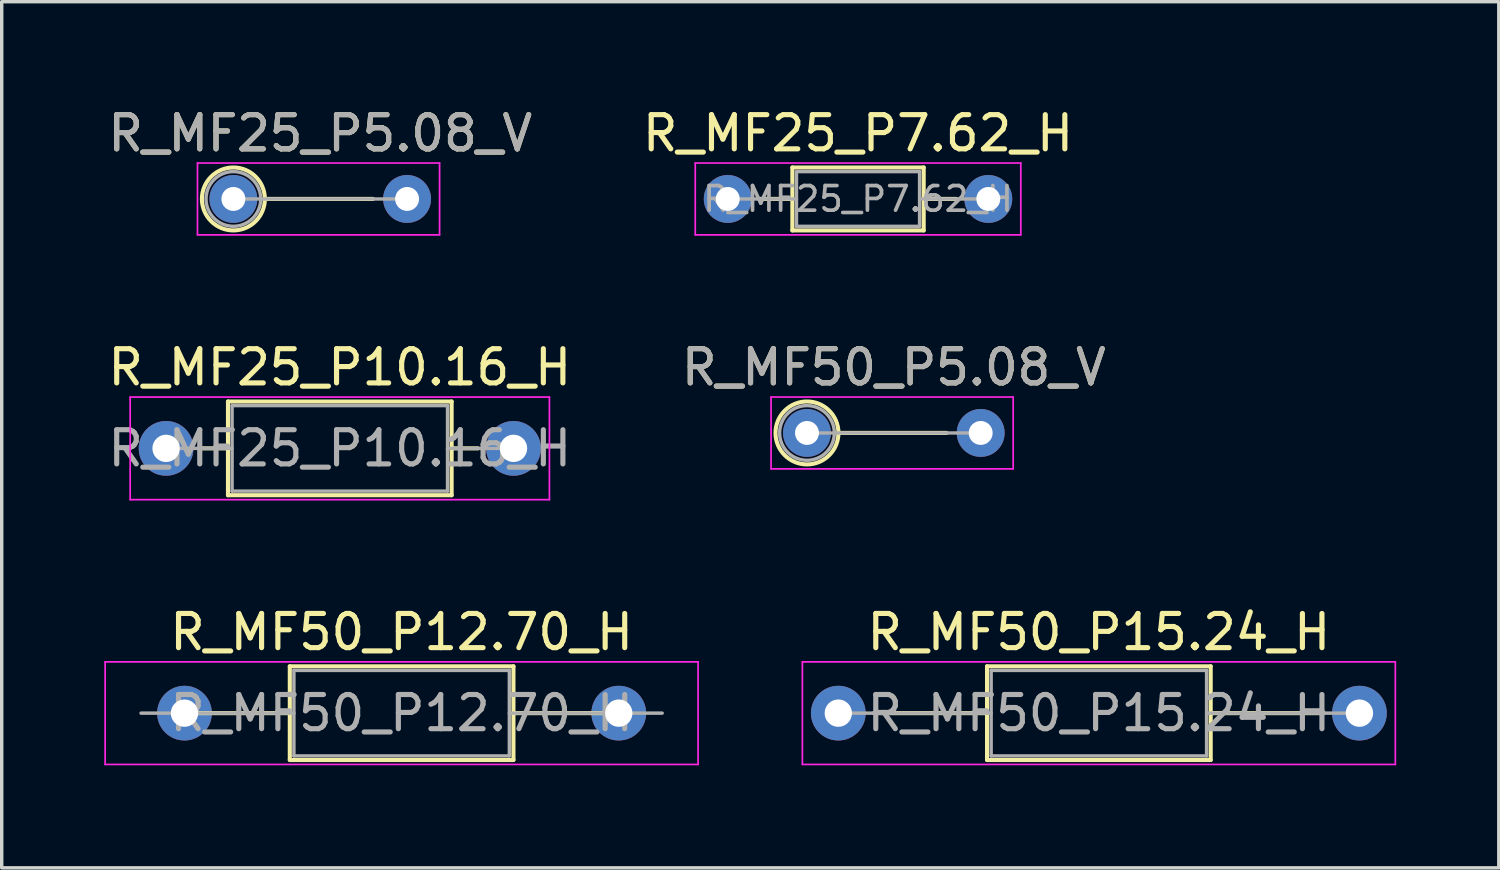
<source format=kicad_pcb>
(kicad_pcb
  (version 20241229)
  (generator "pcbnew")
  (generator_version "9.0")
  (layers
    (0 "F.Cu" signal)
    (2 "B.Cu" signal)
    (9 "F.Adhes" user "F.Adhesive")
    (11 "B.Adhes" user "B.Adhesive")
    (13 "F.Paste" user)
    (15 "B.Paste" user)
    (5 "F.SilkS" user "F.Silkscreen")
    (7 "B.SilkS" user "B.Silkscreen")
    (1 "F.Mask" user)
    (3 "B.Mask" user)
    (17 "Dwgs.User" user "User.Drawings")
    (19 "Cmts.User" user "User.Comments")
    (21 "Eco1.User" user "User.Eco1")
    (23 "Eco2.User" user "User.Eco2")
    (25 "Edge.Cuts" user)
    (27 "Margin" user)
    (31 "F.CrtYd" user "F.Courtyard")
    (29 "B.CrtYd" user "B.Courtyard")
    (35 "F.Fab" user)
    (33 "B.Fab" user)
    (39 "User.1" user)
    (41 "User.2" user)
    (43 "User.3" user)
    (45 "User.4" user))
  (footprint "R_MF50_P12.70_H"
    (layer "F.Cu")
    (at 8.695 17.805)
    (property "Reference" "R_MF50_P12.70_H" (at 0 -2.37 0) (layer "F.SilkS") (effects (font (size 1 1) (thickness 0.15))))
    (attr through_hole)
    (fp_line (start -6.58 0) (end -3.27 0) (stroke (width 0.12) (type solid)) (layer "F.SilkS"))
    (fp_line (start -3.27 -1.37) (end -3.27 1.37) (stroke (width 0.12) (type solid)) (layer "F.SilkS"))
    (fp_line (start -3.27 1.37) (end 3.27 1.37) (stroke (width 0.12) (type solid)) (layer "F.SilkS"))
    (fp_line (start 3.27 -1.37) (end -3.27 -1.37) (stroke (width 0.12) (type solid)) (layer "F.SilkS"))
    (fp_line (start 3.27 1.37) (end 3.27 -1.37) (stroke (width 0.12) (type solid)) (layer "F.SilkS"))
    (fp_line (start 6.58 0) (end 3.27 0) (stroke (width 0.12) (type solid)) (layer "F.SilkS"))
    (fp_line (start -8.67 -1.5) (end -8.67 1.5) (stroke (width 0.05) (type solid)) (layer "F.CrtYd"))
    (fp_line (start -8.67 1.5) (end 8.67 1.5) (stroke (width 0.05) (type solid)) (layer "F.CrtYd"))
    (fp_line (start 8.67 -1.5) (end -8.67 -1.5) (stroke (width 0.05) (type solid)) (layer "F.CrtYd"))
    (fp_line (start 8.67 1.5) (end 8.67 -1.5) (stroke (width 0.05) (type solid)) (layer "F.CrtYd"))
    (fp_line (start -7.62 0) (end -3.15 0) (stroke (width 0.1) (type solid)) (layer "F.Fab"))
    (fp_line (start -3.15 -1.25) (end -3.15 1.25) (stroke (width 0.1) (type solid)) (layer "F.Fab"))
    (fp_line (start -3.15 1.25) (end 3.15 1.25) (stroke (width 0.1) (type solid)) (layer "F.Fab"))
    (fp_line (start 3.15 -1.25) (end -3.15 -1.25) (stroke (width 0.1) (type solid)) (layer "F.Fab"))
    (fp_line (start 3.15 1.25) (end 3.15 -1.25) (stroke (width 0.1) (type solid)) (layer "F.Fab"))
    (fp_line (start 7.62 0) (end 3.15 0) (stroke (width 0.1) (type solid)) (layer "F.Fab"))
    (fp_text user "${REFERENCE}" (at 0 0 0) (layer "F.Fab") (effects (font (size 1 1) (thickness 0.15))))
    (pad "1" thru_hole circle (at -6.35 0) (size 1.6 1.6) (drill 0.8) (layers "*.Cu" "*.Mask"))
    (pad "2" thru_hole oval (at 6.35 0) (size 1.6 1.6) (drill 0.8) (layers "*.Cu" "*.Mask")))
  (footprint "R_MF50_P15.24_H"
    (layer "F.Cu")
    (at 29.085 17.805)
    (property "Reference" "R_MF50_P15.24_H" (at 0 -2.37 0) (layer "F.SilkS") (effects (font (size 1 1) (thickness 0.15))))
    (attr through_hole)
    (fp_line (start -6.58 0) (end -3.27 0) (stroke (width 0.12) (type solid)) (layer "F.SilkS"))
    (fp_line (start -3.27 -1.37) (end -3.27 1.37) (stroke (width 0.12) (type solid)) (layer "F.SilkS"))
    (fp_line (start -3.27 1.37) (end 3.27 1.37) (stroke (width 0.12) (type solid)) (layer "F.SilkS"))
    (fp_line (start 3.27 -1.37) (end -3.27 -1.37) (stroke (width 0.12) (type solid)) (layer "F.SilkS"))
    (fp_line (start 3.27 1.37) (end 3.27 -1.37) (stroke (width 0.12) (type solid)) (layer "F.SilkS"))
    (fp_line (start 6.58 0) (end 3.27 0) (stroke (width 0.12) (type solid)) (layer "F.SilkS"))
    (fp_line (start -8.67 -1.5) (end -8.67 1.5) (stroke (width 0.05) (type solid)) (layer "F.CrtYd"))
    (fp_line (start -8.67 1.5) (end 8.67 1.5) (stroke (width 0.05) (type solid)) (layer "F.CrtYd"))
    (fp_line (start 8.67 -1.5) (end -8.67 -1.5) (stroke (width 0.05) (type solid)) (layer "F.CrtYd"))
    (fp_line (start 8.67 1.5) (end 8.67 -1.5) (stroke (width 0.05) (type solid)) (layer "F.CrtYd"))
    (fp_line (start -7.62 0) (end -3.15 0) (stroke (width 0.1) (type solid)) (layer "F.Fab"))
    (fp_line (start -3.15 -1.25) (end -3.15 1.25) (stroke (width 0.1) (type solid)) (layer "F.Fab"))
    (fp_line (start -3.15 1.25) (end 3.15 1.25) (stroke (width 0.1) (type solid)) (layer "F.Fab"))
    (fp_line (start 3.15 -1.25) (end -3.15 -1.25) (stroke (width 0.1) (type solid)) (layer "F.Fab"))
    (fp_line (start 3.15 1.25) (end 3.15 -1.25) (stroke (width 0.1) (type solid)) (layer "F.Fab"))
    (fp_line (start 7.62 0) (end 3.15 0) (stroke (width 0.1) (type solid)) (layer "F.Fab"))
    (fp_text user "${REFERENCE}" (at 0 0 0) (layer "F.Fab") (effects (font (size 1 1) (thickness 0.15))))
    (pad "1" thru_hole circle (at -7.62 0) (size 1.6 1.6) (drill 0.8) (layers "*.Cu" "*.Mask"))
    (pad "2" thru_hole oval (at 7.62 0) (size 1.6 1.6) (drill 0.8) (layers "*.Cu" "*.Mask")))
  (footprint "R_MF25_P7.62_H"
    (layer "F.Cu")
    (at 22.042 2.768)
    (property "Reference" "R_MF25_P7.62_H" (at 0 -1.92 0) (layer "F.SilkS") (effects (font (size 1 1) (thickness 0.15))))
    (attr through_hole)
    (fp_line (start -2.87 0) (end -1.92 0) (stroke (width 0.12) (type solid)) (layer "F.SilkS"))
    (fp_line (start -1.92 -0.92) (end -1.92 0.92) (stroke (width 0.12) (type solid)) (layer "F.SilkS"))
    (fp_line (start -1.92 0.92) (end 1.92 0.92) (stroke (width 0.12) (type solid)) (layer "F.SilkS"))
    (fp_line (start 1.92 -0.92) (end -1.92 -0.92) (stroke (width 0.12) (type solid)) (layer "F.SilkS"))
    (fp_line (start 1.92 0.92) (end 1.92 -0.92) (stroke (width 0.12) (type solid)) (layer "F.SilkS"))
    (fp_line (start 2.87 0) (end 1.92 0) (stroke (width 0.12) (type solid)) (layer "F.SilkS"))
    (fp_line (start -4.76 -1.05) (end -4.76 1.05) (stroke (width 0.05) (type solid)) (layer "F.CrtYd"))
    (fp_line (start -4.76 1.05) (end 4.76 1.05) (stroke (width 0.05) (type solid)) (layer "F.CrtYd"))
    (fp_line (start 4.76 -1.05) (end -4.76 -1.05) (stroke (width 0.05) (type solid)) (layer "F.CrtYd"))
    (fp_line (start 4.76 1.05) (end 4.76 -1.05) (stroke (width 0.05) (type solid)) (layer "F.CrtYd"))
    (fp_line (start -3.81 0) (end -1.8 0) (stroke (width 0.1) (type solid)) (layer "F.Fab"))
    (fp_line (start -1.8 -0.8) (end -1.8 0.8) (stroke (width 0.1) (type solid)) (layer "F.Fab"))
    (fp_line (start -1.8 0.8) (end 1.8 0.8) (stroke (width 0.1) (type solid)) (layer "F.Fab"))
    (fp_line (start 1.8 -0.8) (end -1.8 -0.8) (stroke (width 0.1) (type solid)) (layer "F.Fab"))
    (fp_line (start 1.8 0.8) (end 1.8 -0.8) (stroke (width 0.1) (type solid)) (layer "F.Fab"))
    (fp_line (start 3.81 0) (end 1.8 0) (stroke (width 0.1) (type solid)) (layer "F.Fab"))
    (fp_text user "${REFERENCE}" (at 0 0 0) (layer "F.Fab") (effects (font (size 0.72 0.72) (thickness 0.108))))
    (pad "1" thru_hole circle (at -3.81 0) (size 1.4 1.4) (drill 0.7) (layers "*.Cu" "*.Mask"))
    (pad "2" thru_hole oval (at 3.81 0) (size 1.4 1.4) (drill 0.7) (layers "*.Cu" "*.Mask")))
  (footprint "R_MF25_P5.08_V"
    (layer "F.Cu")
    (at 6.315 2.768)
    (property "Reference" "R_MF25_P5.08_V" (at 0 -1.92 0) (layer "F.SilkS") (effects (font (size 1 1) (thickness 0.15))))
    (attr through_hole)
    (fp_line (start -1.62 0) (end 1.54 0) (stroke (width 0.12) (type solid)) (layer "F.SilkS"))
    (fp_circle (center -2.54 0) (end -1.62 0) (stroke (width 0.12) (type solid)) (fill no) (layer "F.SilkS"))
    (fp_line (start -3.59 -1.05) (end -3.59 1.05) (stroke (width 0.05) (type solid)) (layer "F.CrtYd"))
    (fp_line (start -3.59 1.05) (end 3.49 1.05) (stroke (width 0.05) (type solid)) (layer "F.CrtYd"))
    (fp_line (start 3.49 -1.05) (end -3.59 -1.05) (stroke (width 0.05) (type solid)) (layer "F.CrtYd"))
    (fp_line (start 3.49 1.05) (end 3.49 -1.05) (stroke (width 0.05) (type solid)) (layer "F.CrtYd"))
    (fp_line (start -2.54 0) (end 2.54 0) (stroke (width 0.1) (type solid)) (layer "F.Fab"))
    (fp_circle (center -2.54 0) (end -1.74 0) (stroke (width 0.1) (type solid)) (fill no) (layer "F.Fab"))
    (fp_text user "${REFERENCE}" (at 0 -1.92 0) (layer "F.Fab") (effects (font (size 1 1) (thickness 0.15))))
    (pad "1" thru_hole circle (at -2.54 0) (size 1.4 1.4) (drill 0.7) (layers "*.Cu" "*.Mask"))
    (pad "2" thru_hole oval (at 2.54 0) (size 1.4 1.4) (drill 0.7) (layers "*.Cu" "*.Mask")))
  (footprint "R_MF25_P10.16_H"
    (layer "F.Cu")
    (at 6.887 10.062)
    (property "Reference" "R_MF25_P10.16_H" (at 0 -2.37 0) (layer "F.SilkS") (effects (font (size 1 1) (thickness 0.15))))
    (attr through_hole)
    (fp_line (start -4.04 0) (end -3.27 0) (stroke (width 0.12) (type solid)) (layer "F.SilkS"))
    (fp_line (start -3.27 -1.37) (end -3.27 1.37) (stroke (width 0.12) (type solid)) (layer "F.SilkS"))
    (fp_line (start -3.27 1.37) (end 3.27 1.37) (stroke (width 0.12) (type solid)) (layer "F.SilkS"))
    (fp_line (start 3.27 -1.37) (end -3.27 -1.37) (stroke (width 0.12) (type solid)) (layer "F.SilkS"))
    (fp_line (start 3.27 1.37) (end 3.27 -1.37) (stroke (width 0.12) (type solid)) (layer "F.SilkS"))
    (fp_line (start 4.04 0) (end 3.27 0) (stroke (width 0.12) (type solid)) (layer "F.SilkS"))
    (fp_line (start -6.13 -1.5) (end -6.13 1.5) (stroke (width 0.05) (type solid)) (layer "F.CrtYd"))
    (fp_line (start -6.13 1.5) (end 6.13 1.5) (stroke (width 0.05) (type solid)) (layer "F.CrtYd"))
    (fp_line (start 6.13 -1.5) (end -6.13 -1.5) (stroke (width 0.05) (type solid)) (layer "F.CrtYd"))
    (fp_line (start 6.13 1.5) (end 6.13 -1.5) (stroke (width 0.05) (type solid)) (layer "F.CrtYd"))
    (fp_line (start -5.08 0) (end -3.15 0) (stroke (width 0.1) (type solid)) (layer "F.Fab"))
    (fp_line (start -3.15 -1.25) (end -3.15 1.25) (stroke (width 0.1) (type solid)) (layer "F.Fab"))
    (fp_line (start -3.15 1.25) (end 3.15 1.25) (stroke (width 0.1) (type solid)) (layer "F.Fab"))
    (fp_line (start 3.15 -1.25) (end -3.15 -1.25) (stroke (width 0.1) (type solid)) (layer "F.Fab"))
    (fp_line (start 3.15 1.25) (end 3.15 -1.25) (stroke (width 0.1) (type solid)) (layer "F.Fab"))
    (fp_line (start 5.08 0) (end 3.15 0) (stroke (width 0.1) (type solid)) (layer "F.Fab"))
    (fp_text user "${REFERENCE}" (at 0 0 0) (layer "F.Fab") (effects (font (size 1 1) (thickness 0.15))))
    (pad "1" thru_hole circle (at -5.08 0) (size 1.6 1.6) (drill 0.8) (layers "*.Cu" "*.Mask"))
    (pad "2" thru_hole oval (at 5.08 0) (size 1.6 1.6) (drill 0.8) (layers "*.Cu" "*.Mask")))
  (footprint "R_MF50_P5.08_V"
    (layer "F.Cu")
    (at 23.089 9.611)
    (property "Reference" "R_MF50_P5.08_V" (at 0 -1.92 0) (layer "F.SilkS") (effects (font (size 1 1) (thickness 0.15))))
    (attr through_hole)
    (fp_line (start -1.62 0) (end 1.54 0) (stroke (width 0.12) (type solid)) (layer "F.SilkS"))
    (fp_circle (center -2.54 0) (end -1.62 0) (stroke (width 0.12) (type solid)) (fill no) (layer "F.SilkS"))
    (fp_line (start -3.59 -1.05) (end -3.59 1.05) (stroke (width 0.05) (type solid)) (layer "F.CrtYd"))
    (fp_line (start -3.59 1.05) (end 3.49 1.05) (stroke (width 0.05) (type solid)) (layer "F.CrtYd"))
    (fp_line (start 3.49 -1.05) (end -3.59 -1.05) (stroke (width 0.05) (type solid)) (layer "F.CrtYd"))
    (fp_line (start 3.49 1.05) (end 3.49 -1.05) (stroke (width 0.05) (type solid)) (layer "F.CrtYd"))
    (fp_line (start -2.54 0) (end 2.54 0) (stroke (width 0.1) (type solid)) (layer "F.Fab"))
    (fp_circle (center -2.54 0) (end -1.74 0) (stroke (width 0.1) (type solid)) (fill no) (layer "F.Fab"))
    (fp_text user "${REFERENCE}" (at 0 -1.92 0) (layer "F.Fab") (effects (font (size 1 1) (thickness 0.15))))
    (pad "1" thru_hole circle (at -2.54 0) (size 1.4 1.4) (drill 0.7) (layers "*.Cu" "*.Mask"))
    (pad "2" thru_hole oval (at 2.54 0) (size 1.4 1.4) (drill 0.7) (layers "*.Cu" "*.Mask")))
  (gr_rect
    (start -3 -3)
    (end 40.78 22.33)
    (stroke (width 0.1) (type default))
    (fill no)
    (layer "Edge.Cuts")))
</source>
